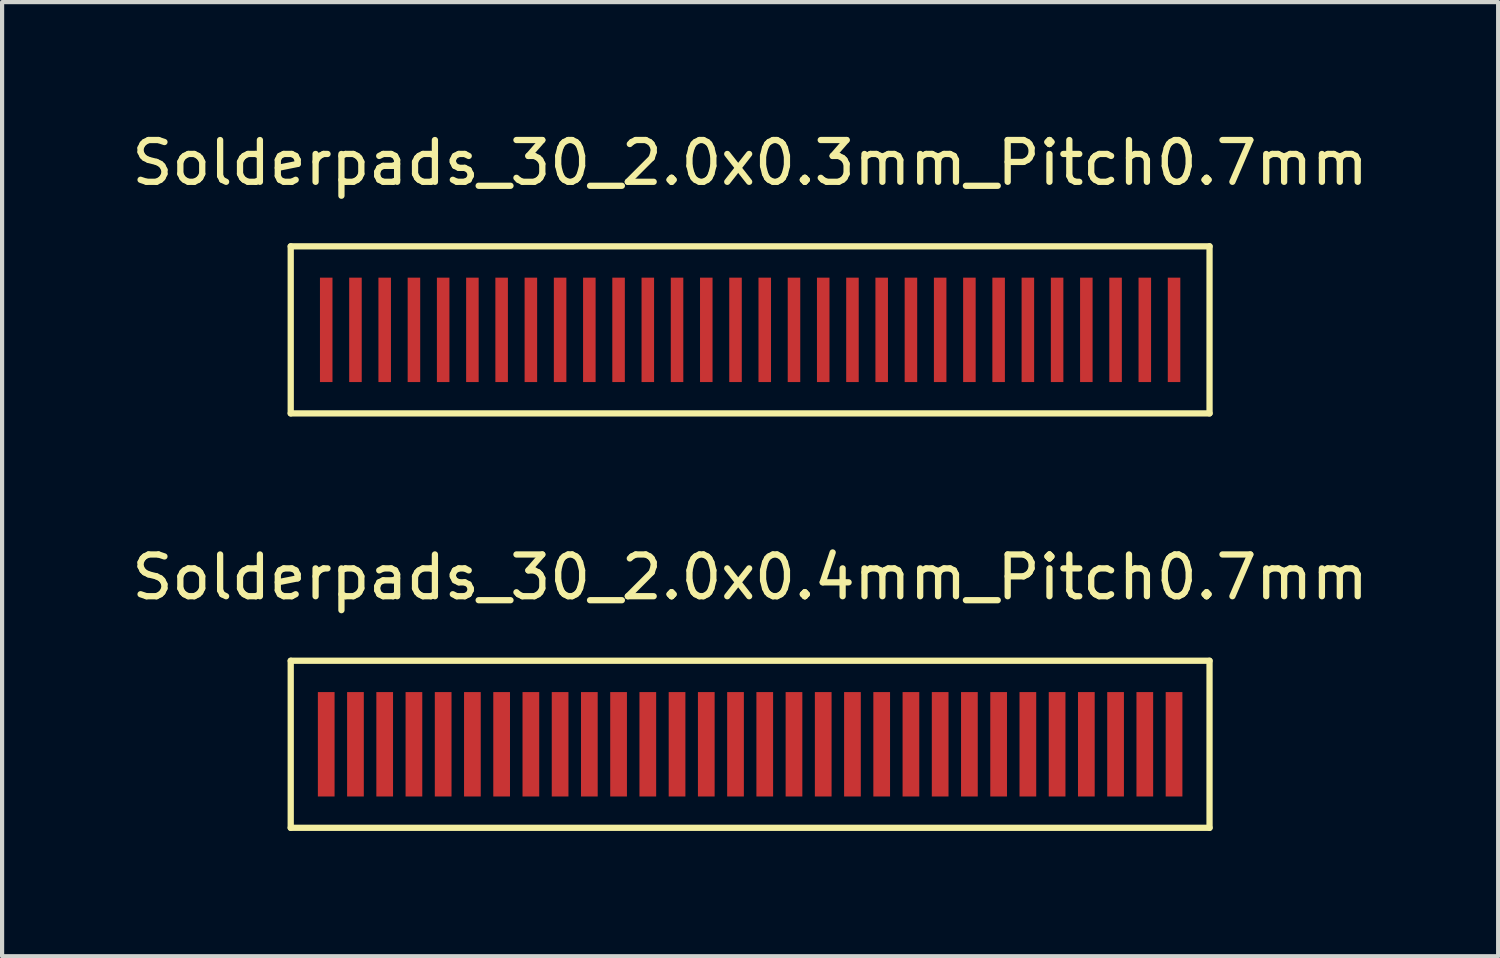
<source format=kicad_pcb>
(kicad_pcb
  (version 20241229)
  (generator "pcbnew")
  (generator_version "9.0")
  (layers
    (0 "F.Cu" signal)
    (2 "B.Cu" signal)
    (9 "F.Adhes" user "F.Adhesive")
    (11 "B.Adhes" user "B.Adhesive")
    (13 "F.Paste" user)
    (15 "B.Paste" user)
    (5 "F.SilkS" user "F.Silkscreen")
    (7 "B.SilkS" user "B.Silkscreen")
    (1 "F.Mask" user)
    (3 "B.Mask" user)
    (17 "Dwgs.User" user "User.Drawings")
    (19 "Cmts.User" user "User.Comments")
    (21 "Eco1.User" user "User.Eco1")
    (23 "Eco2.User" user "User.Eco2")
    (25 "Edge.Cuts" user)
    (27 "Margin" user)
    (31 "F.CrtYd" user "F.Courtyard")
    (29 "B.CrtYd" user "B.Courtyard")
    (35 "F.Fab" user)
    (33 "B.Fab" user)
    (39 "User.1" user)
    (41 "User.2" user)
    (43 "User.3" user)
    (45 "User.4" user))
  (footprint "Solderpads_30_2.0x0.3mm_Pitch0.7mm"
    (layer "F.Cu")
    (at 14.911 4.848)
    (property "Reference" "Solderpads_30_2.0x0.3mm_Pitch0.7mm" (at 0 -4 0) (layer "F.SilkS") (effects (font (size 1 1) (thickness 0.15))))
    (attr smd)
    (fp_line (start -11 -2) (end 11 -2) (stroke (width 0.15) (type solid)) (layer "F.SilkS"))
    (fp_line (start -11 2) (end -11 -2) (stroke (width 0.15) (type solid)) (layer "F.SilkS"))
    (fp_line (start 11 -2) (end 11 2) (stroke (width 0.15) (type solid)) (layer "F.SilkS"))
    (fp_line (start 11 2) (end -11 2) (stroke (width 0.15) (type solid)) (layer "F.SilkS"))
    (pad "1" smd rect (at -10.15 0) (size 0.3 2.5) (layers "F.Cu" "F.Mask" "F.Paste"))
    (pad "2" smd rect (at -9.45 0) (size 0.3 2.5) (layers "F.Cu" "F.Mask" "F.Paste"))
    (pad "3" smd rect (at -8.75 0) (size 0.3 2.5) (layers "F.Cu" "F.Mask" "F.Paste"))
    (pad "4" smd rect (at -8.05 0) (size 0.3 2.5) (layers "F.Cu" "F.Mask" "F.Paste"))
    (pad "5" smd rect (at -7.35 0) (size 0.3 2.5) (layers "F.Cu" "F.Mask" "F.Paste"))
    (pad "6" smd rect (at -6.65 0) (size 0.3 2.5) (layers "F.Cu" "F.Mask" "F.Paste"))
    (pad "7" smd rect (at -5.95 0) (size 0.3 2.5) (layers "F.Cu" "F.Mask" "F.Paste"))
    (pad "8" smd rect (at -5.25 0) (size 0.3 2.5) (layers "F.Cu" "F.Mask" "F.Paste"))
    (pad "9" smd rect (at -4.55 0) (size 0.3 2.5) (layers "F.Cu" "F.Mask" "F.Paste"))
    (pad "10" smd rect (at -3.85 0) (size 0.3 2.5) (layers "F.Cu" "F.Mask" "F.Paste"))
    (pad "11" smd rect (at -3.15 0) (size 0.3 2.5) (layers "F.Cu" "F.Mask" "F.Paste"))
    (pad "12" smd rect (at -2.45 0) (size 0.3 2.5) (layers "F.Cu" "F.Mask" "F.Paste"))
    (pad "13" smd rect (at -1.75 0) (size 0.3 2.5) (layers "F.Cu" "F.Mask" "F.Paste"))
    (pad "14" smd rect (at -1.05 0) (size 0.3 2.5) (layers "F.Cu" "F.Mask" "F.Paste"))
    (pad "15" smd rect (at -0.35 0) (size 0.3 2.5) (layers "F.Cu" "F.Mask" "F.Paste"))
    (pad "16" smd rect (at 0.35 0) (size 0.3 2.5) (layers "F.Cu" "F.Mask" "F.Paste"))
    (pad "17" smd rect (at 1.05 0) (size 0.3 2.5) (layers "F.Cu" "F.Mask" "F.Paste"))
    (pad "18" smd rect (at 1.75 0) (size 0.3 2.5) (layers "F.Cu" "F.Mask" "F.Paste"))
    (pad "19" smd rect (at 2.45 0) (size 0.3 2.5) (layers "F.Cu" "F.Mask" "F.Paste"))
    (pad "20" smd rect (at 3.15 0) (size 0.3 2.5) (layers "F.Cu" "F.Mask" "F.Paste"))
    (pad "21" smd rect (at 3.85 0) (size 0.3 2.5) (layers "F.Cu" "F.Mask" "F.Paste"))
    (pad "22" smd rect (at 4.55 0) (size 0.3 2.5) (layers "F.Cu" "F.Mask" "F.Paste"))
    (pad "23" smd rect (at 5.25 0) (size 0.3 2.5) (layers "F.Cu" "F.Mask" "F.Paste"))
    (pad "24" smd rect (at 5.95 0) (size 0.3 2.5) (layers "F.Cu" "F.Mask" "F.Paste"))
    (pad "25" smd rect (at 6.65 0) (size 0.3 2.5) (layers "F.Cu" "F.Mask" "F.Paste"))
    (pad "26" smd rect (at 7.35 0) (size 0.3 2.5) (layers "F.Cu" "F.Mask" "F.Paste"))
    (pad "27" smd rect (at 8.05 0) (size 0.3 2.5) (layers "F.Cu" "F.Mask" "F.Paste"))
    (pad "28" smd rect (at 8.75 0) (size 0.3 2.5) (layers "F.Cu" "F.Mask" "F.Paste"))
    (pad "29" smd rect (at 9.45 0) (size 0.3 2.5) (layers "F.Cu" "F.Mask" "F.Paste"))
    (pad "30" smd rect (at 10.15 0) (size 0.3 2.5) (layers "F.Cu" "F.Mask" "F.Paste")))
  (footprint "Solderpads_30_2.0x0.4mm_Pitch0.7mm"
    (layer "F.Cu")
    (at 14.911 14.771)
    (property "Reference" "Solderpads_30_2.0x0.4mm_Pitch0.7mm" (at 0 -4 0) (layer "F.SilkS") (effects (font (size 1 1) (thickness 0.15))))
    (attr smd)
    (fp_line (start -11 -2) (end 11 -2) (stroke (width 0.15) (type solid)) (layer "F.SilkS"))
    (fp_line (start -11 2) (end -11 -2) (stroke (width 0.15) (type solid)) (layer "F.SilkS"))
    (fp_line (start 11 -2) (end 11 2) (stroke (width 0.15) (type solid)) (layer "F.SilkS"))
    (fp_line (start 11 2) (end -11 2) (stroke (width 0.15) (type solid)) (layer "F.SilkS"))
    (pad "1" smd rect (at -10.15 0) (size 0.4 2.5) (layers "F.Cu" "F.Mask" "F.Paste"))
    (pad "2" smd rect (at -9.45 0) (size 0.4 2.5) (layers "F.Cu" "F.Mask" "F.Paste"))
    (pad "3" smd rect (at -8.75 0) (size 0.4 2.5) (layers "F.Cu" "F.Mask" "F.Paste"))
    (pad "4" smd rect (at -8.05 0) (size 0.4 2.5) (layers "F.Cu" "F.Mask" "F.Paste"))
    (pad "5" smd rect (at -7.35 0) (size 0.4 2.5) (layers "F.Cu" "F.Mask" "F.Paste"))
    (pad "6" smd rect (at -6.65 0) (size 0.4 2.5) (layers "F.Cu" "F.Mask" "F.Paste"))
    (pad "7" smd rect (at -5.95 0) (size 0.4 2.5) (layers "F.Cu" "F.Mask" "F.Paste"))
    (pad "8" smd rect (at -5.25 0) (size 0.4 2.5) (layers "F.Cu" "F.Mask" "F.Paste"))
    (pad "9" smd rect (at -4.55 0) (size 0.4 2.5) (layers "F.Cu" "F.Mask" "F.Paste"))
    (pad "10" smd rect (at -3.85 0) (size 0.4 2.5) (layers "F.Cu" "F.Mask" "F.Paste"))
    (pad "11" smd rect (at -3.15 0) (size 0.4 2.5) (layers "F.Cu" "F.Mask" "F.Paste"))
    (pad "12" smd rect (at -2.45 0) (size 0.4 2.5) (layers "F.Cu" "F.Mask" "F.Paste"))
    (pad "13" smd rect (at -1.75 0) (size 0.4 2.5) (layers "F.Cu" "F.Mask" "F.Paste"))
    (pad "14" smd rect (at -1.05 0) (size 0.4 2.5) (layers "F.Cu" "F.Mask" "F.Paste"))
    (pad "15" smd rect (at -0.35 0) (size 0.4 2.5) (layers "F.Cu" "F.Mask" "F.Paste"))
    (pad "16" smd rect (at 0.35 0) (size 0.4 2.5) (layers "F.Cu" "F.Mask" "F.Paste"))
    (pad "17" smd rect (at 1.05 0) (size 0.4 2.5) (layers "F.Cu" "F.Mask" "F.Paste"))
    (pad "18" smd rect (at 1.75 0) (size 0.4 2.5) (layers "F.Cu" "F.Mask" "F.Paste"))
    (pad "19" smd rect (at 2.45 0) (size 0.4 2.5) (layers "F.Cu" "F.Mask" "F.Paste"))
    (pad "20" smd rect (at 3.15 0) (size 0.4 2.5) (layers "F.Cu" "F.Mask" "F.Paste"))
    (pad "21" smd rect (at 3.85 0) (size 0.4 2.5) (layers "F.Cu" "F.Mask" "F.Paste"))
    (pad "22" smd rect (at 4.55 0) (size 0.4 2.5) (layers "F.Cu" "F.Mask" "F.Paste"))
    (pad "23" smd rect (at 5.25 0) (size 0.4 2.5) (layers "F.Cu" "F.Mask" "F.Paste"))
    (pad "24" smd rect (at 5.95 0) (size 0.4 2.5) (layers "F.Cu" "F.Mask" "F.Paste"))
    (pad "25" smd rect (at 6.65 0) (size 0.4 2.5) (layers "F.Cu" "F.Mask" "F.Paste"))
    (pad "26" smd rect (at 7.35 0) (size 0.4 2.5) (layers "F.Cu" "F.Mask" "F.Paste"))
    (pad "27" smd rect (at 8.05 0) (size 0.4 2.5) (layers "F.Cu" "F.Mask" "F.Paste"))
    (pad "28" smd rect (at 8.75 0) (size 0.4 2.5) (layers "F.Cu" "F.Mask" "F.Paste"))
    (pad "29" smd rect (at 9.45 0) (size 0.4 2.5) (layers "F.Cu" "F.Mask" "F.Paste"))
    (pad "30" smd rect (at 10.15 0) (size 0.4 2.5) (layers "F.Cu" "F.Mask" "F.Paste")))
  (gr_rect
    (start -3 -3)
    (end 32.821 19.846)
    (stroke (width 0.1) (type default))
    (fill no)
    (layer "Edge.Cuts")))
</source>
